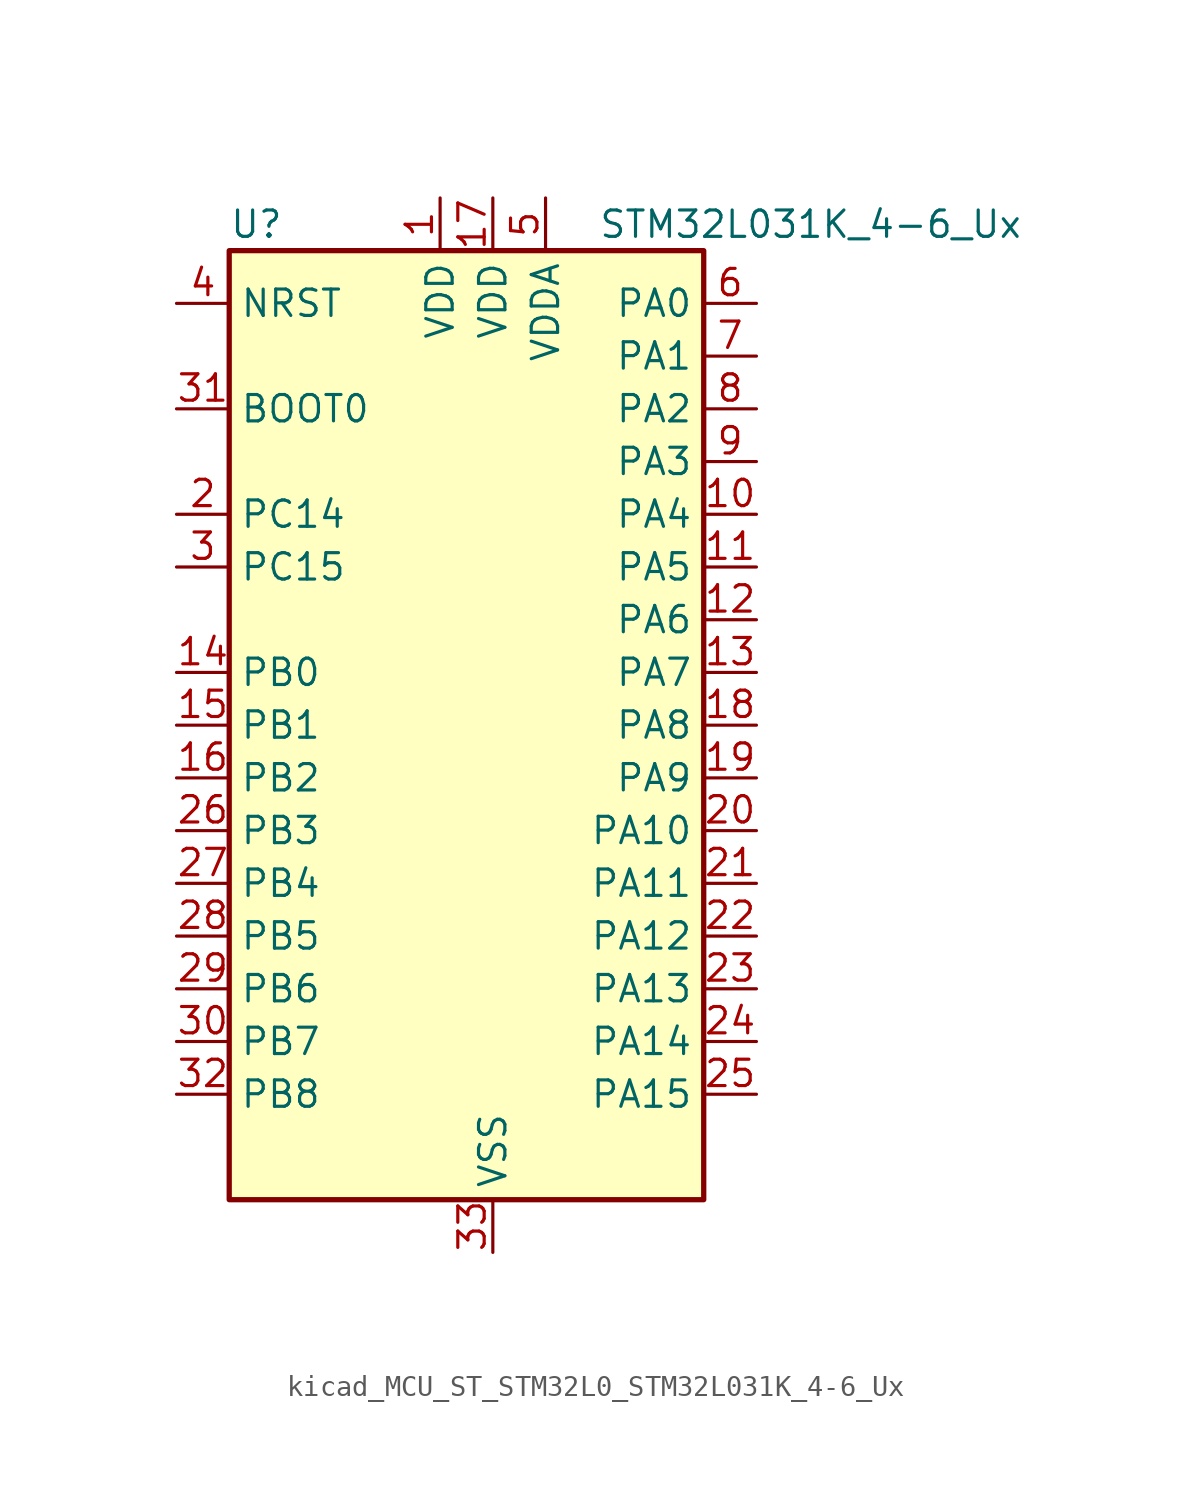
<source format=kicad_sym>
(kicad_symbol_lib
  (version 20220914)
  (generator kicad_symbol_editor)
  (symbol "kicad_MCU_ST_STM32L0_STM32L031K_4-6_Ux"
    (property "Reference" "U"
      (at -10.16 24.13 0)
      (effects (font (size 1.27 1.27)) (justify left)))
    (property "Value" "STM32L031K_4-6_Ux"
      (at 7.62 24.13 0)
      (effects (font (size 1.27 1.27)) (justify left)))
    (property "ki_locked" ""
      (at 0 0 0)
      (effects (font (size 1.27 1.27))))
    (symbol "kicad_MCU_ST_STM32L0_STM32L031K_4-6_Ux_0_1"
      (rectangle (start -10.16 -22.86) (end 12.7 22.86) (stroke (width 0.254) (type default)) (fill (type background))))
    (symbol "kicad_MCU_ST_STM32L0_STM32L031K_4-6_Ux_1_1"
      (pin power_in line (at 0 25.4 270) (length 2.54) (name "VDD" (effects (font (size 1.27 1.27)))) (number "1" (effects (font (size 1.27 1.27)))))
      (pin bidirectional line (at 15.24 10.16 180) (length 2.54) (name "PA4" (effects (font (size 1.27 1.27)))) (number "10" (effects (font (size 1.27 1.27)))) (alternate "ADC_IN4" bidirectional line) (alternate "COMP1_INM" bidirectional line) (alternate "COMP2_INM" bidirectional line) (alternate "LPTIM1_IN1" bidirectional line) (alternate "SPI1_NSS" bidirectional line) (alternate "TIM22_ETR" bidirectional line) (alternate "USART2_CK" bidirectional line))
      (pin bidirectional line (at 15.24 7.62 180) (length 2.54) (name "PA5" (effects (font (size 1.27 1.27)))) (number "11" (effects (font (size 1.27 1.27)))) (alternate "ADC_IN5" bidirectional line) (alternate "COMP1_INM" bidirectional line) (alternate "COMP2_INM" bidirectional line) (alternate "LPTIM1_IN2" bidirectional line) (alternate "SPI1_SCK" bidirectional line) (alternate "TIM2_CH1" bidirectional line) (alternate "TIM2_ETR" bidirectional line))
      (pin bidirectional line (at 15.24 5.08 180) (length 2.54) (name "PA6" (effects (font (size 1.27 1.27)))) (number "12" (effects (font (size 1.27 1.27)))) (alternate "ADC_IN6" bidirectional line) (alternate "COMP1_OUT" bidirectional line) (alternate "LPTIM1_ETR" bidirectional line) (alternate "LPUART1_CTS" bidirectional line) (alternate "SPI1_MISO" bidirectional line) (alternate "TIM22_CH1" bidirectional line))
      (pin bidirectional line (at 15.24 2.54 180) (length 2.54) (name "PA7" (effects (font (size 1.27 1.27)))) (number "13" (effects (font (size 1.27 1.27)))) (alternate "ADC_IN7" bidirectional line) (alternate "COMP2_OUT" bidirectional line) (alternate "LPTIM1_OUT" bidirectional line) (alternate "SPI1_MOSI" bidirectional line) (alternate "TIM22_CH2" bidirectional line) (alternate "USART2_CTS" bidirectional line))
      (pin bidirectional line (at -12.7 2.54 0) (length 2.54) (name "PB0" (effects (font (size 1.27 1.27)))) (number "14" (effects (font (size 1.27 1.27)))) (alternate "ADC_IN8" bidirectional line) (alternate "SPI1_MISO" bidirectional line) (alternate "SYS_VREF_OUT_PB0" bidirectional line) (alternate "TIM2_CH3" bidirectional line) (alternate "USART2_DE" bidirectional line) (alternate "USART2_RTS" bidirectional line))
      (pin bidirectional line (at -12.7 0 0) (length 2.54) (name "PB1" (effects (font (size 1.27 1.27)))) (number "15" (effects (font (size 1.27 1.27)))) (alternate "ADC_IN9" bidirectional line) (alternate "LPUART1_DE" bidirectional line) (alternate "LPUART1_RTS" bidirectional line) (alternate "SPI1_MOSI" bidirectional line) (alternate "SYS_VREF_OUT_PB1" bidirectional line) (alternate "TIM2_CH4" bidirectional line) (alternate "USART2_CK" bidirectional line))
      (pin bidirectional line (at -12.7 -2.54 0) (length 2.54) (name "PB2" (effects (font (size 1.27 1.27)))) (number "16" (effects (font (size 1.27 1.27)))) (alternate "LPTIM1_OUT" bidirectional line))
      (pin power_in line (at 2.54 25.4 270) (length 2.54) (name "VDD" (effects (font (size 1.27 1.27)))) (number "17" (effects (font (size 1.27 1.27)))))
      (pin bidirectional line (at 15.24 0 180) (length 2.54) (name "PA8" (effects (font (size 1.27 1.27)))) (number "18" (effects (font (size 1.27 1.27)))) (alternate "LPTIM1_IN1" bidirectional line) (alternate "RCC_MCO" bidirectional line) (alternate "TIM2_CH1" bidirectional line) (alternate "USART2_CK" bidirectional line))
      (pin bidirectional line (at 15.24 -2.54 180) (length 2.54) (name "PA9" (effects (font (size 1.27 1.27)))) (number "19" (effects (font (size 1.27 1.27)))) (alternate "I2C1_SCL" bidirectional line) (alternate "RCC_MCO" bidirectional line) (alternate "TIM22_CH1" bidirectional line) (alternate "USART2_TX" bidirectional line))
      (pin bidirectional line (at -12.7 10.16 0) (length 2.54) (name "PC14" (effects (font (size 1.27 1.27)))) (number "2" (effects (font (size 1.27 1.27)))) (alternate "RCC_OSC32_IN" bidirectional line))
      (pin bidirectional line (at 15.24 -5.08 180) (length 2.54) (name "PA10" (effects (font (size 1.27 1.27)))) (number "20" (effects (font (size 1.27 1.27)))) (alternate "I2C1_SDA" bidirectional line) (alternate "TIM22_CH2" bidirectional line) (alternate "USART2_RX" bidirectional line))
      (pin bidirectional line (at 15.24 -7.62 180) (length 2.54) (name "PA11" (effects (font (size 1.27 1.27)))) (number "21" (effects (font (size 1.27 1.27)))) (alternate "ADC_EXTI11" bidirectional line) (alternate "COMP1_OUT" bidirectional line) (alternate "SPI1_MISO" bidirectional line) (alternate "TIM21_CH2" bidirectional line) (alternate "USART2_CTS" bidirectional line))
      (pin bidirectional line (at 15.24 -10.16 180) (length 2.54) (name "PA12" (effects (font (size 1.27 1.27)))) (number "22" (effects (font (size 1.27 1.27)))) (alternate "COMP2_OUT" bidirectional line) (alternate "SPI1_MOSI" bidirectional line) (alternate "USART2_DE" bidirectional line) (alternate "USART2_RTS" bidirectional line))
      (pin bidirectional line (at 15.24 -12.7 180) (length 2.54) (name "PA13" (effects (font (size 1.27 1.27)))) (number "23" (effects (font (size 1.27 1.27)))) (alternate "LPTIM1_ETR" bidirectional line) (alternate "LPUART1_RX" bidirectional line) (alternate "SYS_SWDIO" bidirectional line))
      (pin bidirectional line (at 15.24 -15.24 180) (length 2.54) (name "PA14" (effects (font (size 1.27 1.27)))) (number "24" (effects (font (size 1.27 1.27)))) (alternate "I2C1_SMBA" bidirectional line) (alternate "LPTIM1_OUT" bidirectional line) (alternate "LPUART1_TX" bidirectional line) (alternate "SYS_SWCLK" bidirectional line) (alternate "USART2_TX" bidirectional line))
      (pin bidirectional line (at 15.24 -17.78 180) (length 2.54) (name "PA15" (effects (font (size 1.27 1.27)))) (number "25" (effects (font (size 1.27 1.27)))) (alternate "SPI1_NSS" bidirectional line) (alternate "TIM2_CH1" bidirectional line) (alternate "TIM2_ETR" bidirectional line) (alternate "USART2_RX" bidirectional line))
      (pin bidirectional line (at -12.7 -5.08 0) (length 2.54) (name "PB3" (effects (font (size 1.27 1.27)))) (number "26" (effects (font (size 1.27 1.27)))) (alternate "COMP2_INM" bidirectional line) (alternate "SPI1_SCK" bidirectional line) (alternate "TIM2_CH2" bidirectional line))
      (pin bidirectional line (at -12.7 -7.62 0) (length 2.54) (name "PB4" (effects (font (size 1.27 1.27)))) (number "27" (effects (font (size 1.27 1.27)))) (alternate "COMP2_INP" bidirectional line) (alternate "SPI1_MISO" bidirectional line) (alternate "TIM22_CH1" bidirectional line))
      (pin bidirectional line (at -12.7 -10.16 0) (length 2.54) (name "PB5" (effects (font (size 1.27 1.27)))) (number "28" (effects (font (size 1.27 1.27)))) (alternate "COMP2_INP" bidirectional line) (alternate "I2C1_SMBA" bidirectional line) (alternate "LPTIM1_IN1" bidirectional line) (alternate "SPI1_MOSI" bidirectional line) (alternate "TIM22_CH2" bidirectional line))
      (pin bidirectional line (at -12.7 -12.7 0) (length 2.54) (name "PB6" (effects (font (size 1.27 1.27)))) (number "29" (effects (font (size 1.27 1.27)))) (alternate "COMP2_INP" bidirectional line) (alternate "I2C1_SCL" bidirectional line) (alternate "LPTIM1_ETR" bidirectional line) (alternate "TIM21_CH1" bidirectional line) (alternate "USART2_TX" bidirectional line))
      (pin bidirectional line (at -12.7 7.62 0) (length 2.54) (name "PC15" (effects (font (size 1.27 1.27)))) (number "3" (effects (font (size 1.27 1.27)))) (alternate "RCC_OSC32_OUT" bidirectional line))
      (pin bidirectional line (at -12.7 -15.24 0) (length 2.54) (name "PB7" (effects (font (size 1.27 1.27)))) (number "30" (effects (font (size 1.27 1.27)))) (alternate "COMP2_INP" bidirectional line) (alternate "I2C1_SDA" bidirectional line) (alternate "LPTIM1_IN2" bidirectional line) (alternate "SYS_PVD_IN" bidirectional line) (alternate "USART2_RX" bidirectional line))
      (pin input line (at -12.7 15.24 0) (length 2.54) (name "BOOT0" (effects (font (size 1.27 1.27)))) (number "31" (effects (font (size 1.27 1.27)))))
      (pin bidirectional line (at -12.7 -17.78 0) (length 2.54) (name "PB8" (effects (font (size 1.27 1.27)))) (number "32" (effects (font (size 1.27 1.27)))) (alternate "I2C1_SCL" bidirectional line))
      (pin power_in line (at 2.54 -25.4 90) (length 2.54) (name "VSS" (effects (font (size 1.27 1.27)))) (number "33" (effects (font (size 1.27 1.27)))))
      (pin input line (at -12.7 20.32 0) (length 2.54) (name "NRST" (effects (font (size 1.27 1.27)))) (number "4" (effects (font (size 1.27 1.27)))))
      (pin power_in line (at 5.08 25.4 270) (length 2.54) (name "VDDA" (effects (font (size 1.27 1.27)))) (number "5" (effects (font (size 1.27 1.27)))))
      (pin bidirectional line (at 15.24 20.32 180) (length 2.54) (name "PA0" (effects (font (size 1.27 1.27)))) (number "6" (effects (font (size 1.27 1.27)))) (alternate "ADC_IN0" bidirectional line) (alternate "COMP1_INM" bidirectional line) (alternate "COMP1_OUT" bidirectional line) (alternate "LPTIM1_IN1" bidirectional line) (alternate "RCC_CK_IN" bidirectional line) (alternate "RTC_TAMP2" bidirectional line) (alternate "SYS_WKUP1" bidirectional line) (alternate "TIM2_CH1" bidirectional line) (alternate "TIM2_ETR" bidirectional line) (alternate "USART2_CTS" bidirectional line))
      (pin bidirectional line (at 15.24 17.78 180) (length 2.54) (name "PA1" (effects (font (size 1.27 1.27)))) (number "7" (effects (font (size 1.27 1.27)))) (alternate "ADC_IN1" bidirectional line) (alternate "COMP1_INP" bidirectional line) (alternate "I2C1_SMBA" bidirectional line) (alternate "LPTIM1_IN2" bidirectional line) (alternate "TIM21_ETR" bidirectional line) (alternate "TIM2_CH2" bidirectional line) (alternate "USART2_DE" bidirectional line) (alternate "USART2_RTS" bidirectional line))
      (pin bidirectional line (at 15.24 15.24 180) (length 2.54) (name "PA2" (effects (font (size 1.27 1.27)))) (number "8" (effects (font (size 1.27 1.27)))) (alternate "ADC_IN2" bidirectional line) (alternate "COMP2_INM" bidirectional line) (alternate "COMP2_OUT" bidirectional line) (alternate "LPUART1_TX" bidirectional line) (alternate "RTC_OUT_ALARM" bidirectional line) (alternate "RTC_OUT_CALIB" bidirectional line) (alternate "RTC_TAMP3" bidirectional line) (alternate "RTC_TS" bidirectional line) (alternate "SYS_WKUP3" bidirectional line) (alternate "TIM21_CH1" bidirectional line) (alternate "TIM2_CH3" bidirectional line) (alternate "USART2_TX" bidirectional line))
      (pin bidirectional line (at 15.24 12.7 180) (length 2.54) (name "PA3" (effects (font (size 1.27 1.27)))) (number "9" (effects (font (size 1.27 1.27)))) (alternate "ADC_IN3" bidirectional line) (alternate "COMP2_INP" bidirectional line) (alternate "LPUART1_RX" bidirectional line) (alternate "TIM21_CH2" bidirectional line) (alternate "TIM2_CH4" bidirectional line) (alternate "USART2_RX" bidirectional line)))))
</source>
